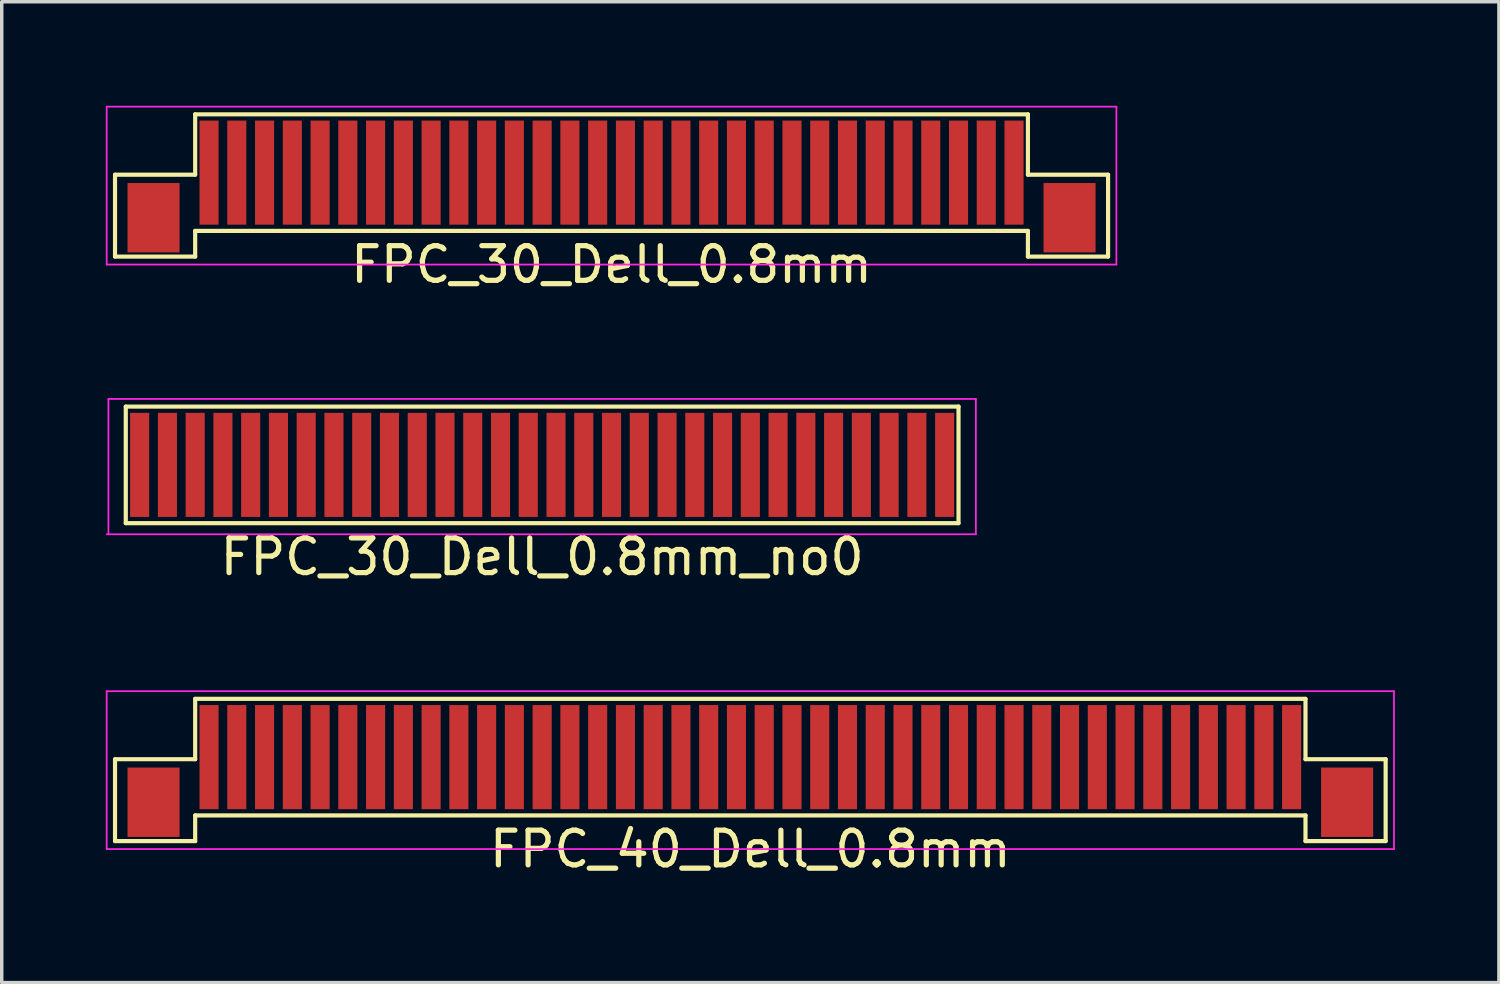
<source format=kicad_pcb>
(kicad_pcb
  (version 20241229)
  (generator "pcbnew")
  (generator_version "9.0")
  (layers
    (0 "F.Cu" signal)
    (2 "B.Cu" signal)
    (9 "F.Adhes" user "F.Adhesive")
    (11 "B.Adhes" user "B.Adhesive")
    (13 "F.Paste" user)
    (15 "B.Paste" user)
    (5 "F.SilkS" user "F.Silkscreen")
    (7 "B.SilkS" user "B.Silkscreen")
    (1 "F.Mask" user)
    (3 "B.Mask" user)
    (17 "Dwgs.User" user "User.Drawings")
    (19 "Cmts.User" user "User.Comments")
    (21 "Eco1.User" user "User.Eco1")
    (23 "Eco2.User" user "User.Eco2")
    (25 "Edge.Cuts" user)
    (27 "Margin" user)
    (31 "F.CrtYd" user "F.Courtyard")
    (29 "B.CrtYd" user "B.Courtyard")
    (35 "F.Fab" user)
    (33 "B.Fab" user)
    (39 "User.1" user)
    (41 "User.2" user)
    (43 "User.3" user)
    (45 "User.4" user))
  (footprint "FPC_30_Dell_0.8mm_no0"
    (layer "F.Cu")
    (at 12.575 10.348)
    (property "Reference" "FPC_30_Dell_0.8mm_no0" (at 0 2.65 0) (layer "F.SilkS") (effects (font (size 1 1) (thickness 0.15))))
    (attr smd)
    (fp_line (start -12 -1.68) (end 12 -1.68) (stroke (width 0.12) (type default)) (layer "F.SilkS"))
    (fp_line (start -12 1.68) (end -12 -1.68) (stroke (width 0.12) (type default)) (layer "F.SilkS"))
    (fp_line (start -12 1.68) (end 12 1.68) (stroke (width 0.12) (type default)) (layer "F.SilkS"))
    (fp_line (start 12 1.68) (end 12 -1.68) (stroke (width 0.12) (type default)) (layer "F.SilkS"))
    (fp_line (start -12.55 2) (end 12.5 2) (stroke (width 0.05) (type default)) (layer "F.CrtYd"))
    (fp_line (start -12.5 -1.9) (end -12.5 2) (stroke (width 0.05) (type default)) (layer "F.CrtYd"))
    (fp_line (start -12.5 -1.9) (end 12.5 -1.9) (stroke (width 0.05) (type default)) (layer "F.CrtYd"))
    (fp_line (start 12.5 -1.9) (end 12.5 2) (stroke (width 0.05) (type default)) (layer "F.CrtYd"))
    (pad "1" smd rect (at -11.6 0) (size 0.55 3) (layers "F.Cu" "F.Mask" "F.Paste"))
    (pad "2" smd rect (at -10.8 0) (size 0.55 3) (layers "F.Cu" "F.Mask" "F.Paste"))
    (pad "3" smd rect (at -10 0) (size 0.55 3) (layers "F.Cu" "F.Mask" "F.Paste"))
    (pad "4" smd rect (at -9.2 0) (size 0.55 3) (layers "F.Cu" "F.Mask" "F.Paste"))
    (pad "5" smd rect (at -8.4 0) (size 0.55 3) (layers "F.Cu" "F.Mask" "F.Paste"))
    (pad "6" smd rect (at -7.6 0) (size 0.55 3) (layers "F.Cu" "F.Mask" "F.Paste"))
    (pad "7" smd rect (at -6.8 0) (size 0.55 3) (layers "F.Cu" "F.Mask" "F.Paste"))
    (pad "8" smd rect (at -6 0) (size 0.55 3) (layers "F.Cu" "F.Mask" "F.Paste"))
    (pad "9" smd rect (at -5.2 0) (size 0.55 3) (layers "F.Cu" "F.Mask" "F.Paste"))
    (pad "10" smd rect (at -4.4 0) (size 0.55 3) (layers "F.Cu" "F.Mask" "F.Paste"))
    (pad "11" smd rect (at -3.6 0) (size 0.55 3) (layers "F.Cu" "F.Mask" "F.Paste"))
    (pad "12" smd rect (at -2.8 0) (size 0.55 3) (layers "F.Cu" "F.Mask" "F.Paste"))
    (pad "13" smd rect (at -2 0) (size 0.55 3) (layers "F.Cu" "F.Mask" "F.Paste"))
    (pad "14" smd rect (at -1.2 0) (size 0.55 3) (layers "F.Cu" "F.Mask" "F.Paste"))
    (pad "15" smd rect (at -0.4 0) (size 0.55 3) (layers "F.Cu" "F.Mask" "F.Paste"))
    (pad "16" smd rect (at 0.4 0) (size 0.55 3) (layers "F.Cu" "F.Mask" "F.Paste"))
    (pad "17" smd rect (at 1.2 0) (size 0.55 3) (layers "F.Cu" "F.Mask" "F.Paste"))
    (pad "18" smd rect (at 2 0) (size 0.55 3) (layers "F.Cu" "F.Mask" "F.Paste"))
    (pad "19" smd rect (at 2.8 0) (size 0.55 3) (layers "F.Cu" "F.Mask" "F.Paste"))
    (pad "20" smd rect (at 3.6 0) (size 0.55 3) (layers "F.Cu" "F.Mask" "F.Paste"))
    (pad "21" smd rect (at 4.4 0) (size 0.55 3) (layers "F.Cu" "F.Mask" "F.Paste"))
    (pad "22" smd rect (at 5.2 0) (size 0.55 3) (layers "F.Cu" "F.Mask" "F.Paste"))
    (pad "23" smd rect (at 6 0) (size 0.55 3) (layers "F.Cu" "F.Mask" "F.Paste"))
    (pad "24" smd rect (at 6.8 0) (size 0.55 3) (layers "F.Cu" "F.Mask" "F.Paste"))
    (pad "25" smd rect (at 7.6 0) (size 0.55 3) (layers "F.Cu" "F.Mask" "F.Paste"))
    (pad "26" smd rect (at 8.4 0) (size 0.55 3) (layers "F.Cu" "F.Mask" "F.Paste"))
    (pad "27" smd rect (at 9.2 0) (size 0.55 3) (layers "F.Cu" "F.Mask" "F.Paste"))
    (pad "28" smd rect (at 10 0) (size 0.55 3) (layers "F.Cu" "F.Mask" "F.Paste"))
    (pad "29" smd rect (at 10.8 0) (size 0.55 3) (layers "F.Cu" "F.Mask" "F.Paste"))
    (pad "30" smd rect (at 11.6 0) (size 0.55 3) (layers "F.Cu" "F.Mask" "F.Paste")))
  (footprint "FPC_30_Dell_0.8mm"
    (layer "F.Cu")
    (at 14.575 1.925)
    (property "Reference" "FPC_30_Dell_0.8mm" (at 0 2.65 0) (layer "F.SilkS") (effects (font (size 1 1) (thickness 0.15))))
    (attr smd)
    (fp_line (start -14.31 0.06) (end -12 0.06) (stroke (width 0.12) (type default)) (layer "F.SilkS"))
    (fp_line (start -14.31 2.42) (end -14.31 0.06) (stroke (width 0.12) (type default)) (layer "F.SilkS"))
    (fp_line (start -12 -1.68) (end 12 -1.68) (stroke (width 0.12) (type default)) (layer "F.SilkS"))
    (fp_line (start -12 0.06) (end -12 -1.68) (stroke (width 0.12) (type default)) (layer "F.SilkS"))
    (fp_line (start -12 1.68) (end -12 2.42) (stroke (width 0.12) (type default)) (layer "F.SilkS"))
    (fp_line (start -12 1.68) (end 12 1.68) (stroke (width 0.12) (type default)) (layer "F.SilkS"))
    (fp_line (start -12 2.42) (end -14.31 2.42) (stroke (width 0.12) (type default)) (layer "F.SilkS"))
    (fp_line (start 12 0.06) (end 12 -1.68) (stroke (width 0.12) (type default)) (layer "F.SilkS"))
    (fp_line (start 12 1.68) (end 12 2.42) (stroke (width 0.12) (type default)) (layer "F.SilkS"))
    (fp_line (start 12 2.42) (end 14.31 2.42) (stroke (width 0.12) (type default)) (layer "F.SilkS"))
    (fp_line (start 14.31 0.06) (end 12 0.06) (stroke (width 0.12) (type default)) (layer "F.SilkS"))
    (fp_line (start 14.31 2.42) (end 14.31 0.06) (stroke (width 0.12) (type default)) (layer "F.SilkS"))
    (fp_line (start -14.55 -1.9) (end -14.55 2.65) (stroke (width 0.05) (type default)) (layer "F.CrtYd"))
    (fp_line (start -14.55 -1.9) (end 14.55 -1.9) (stroke (width 0.05) (type default)) (layer "F.CrtYd"))
    (fp_line (start -14.55 2.65) (end 14.55 2.65) (stroke (width 0.05) (type default)) (layer "F.CrtYd"))
    (fp_line (start 14.55 -1.9) (end 14.55 2.65) (stroke (width 0.05) (type default)) (layer "F.CrtYd"))
    (pad "0" smd rect (at -13.2 1.3) (size 1.5 2) (layers "F.Cu" "F.Mask" "F.Paste"))
    (pad "0" smd rect (at 13.2 1.3) (size 1.5 2) (layers "F.Cu" "F.Mask" "F.Paste"))
    (pad "1" smd rect (at -11.6 0) (size 0.55 3) (layers "F.Cu" "F.Mask" "F.Paste"))
    (pad "2" smd rect (at -10.8 0) (size 0.55 3) (layers "F.Cu" "F.Mask" "F.Paste"))
    (pad "3" smd rect (at -10 0) (size 0.55 3) (layers "F.Cu" "F.Mask" "F.Paste"))
    (pad "4" smd rect (at -9.2 0) (size 0.55 3) (layers "F.Cu" "F.Mask" "F.Paste"))
    (pad "5" smd rect (at -8.4 0) (size 0.55 3) (layers "F.Cu" "F.Mask" "F.Paste"))
    (pad "6" smd rect (at -7.6 0) (size 0.55 3) (layers "F.Cu" "F.Mask" "F.Paste"))
    (pad "7" smd rect (at -6.8 0) (size 0.55 3) (layers "F.Cu" "F.Mask" "F.Paste"))
    (pad "8" smd rect (at -6 0) (size 0.55 3) (layers "F.Cu" "F.Mask" "F.Paste"))
    (pad "9" smd rect (at -5.2 0) (size 0.55 3) (layers "F.Cu" "F.Mask" "F.Paste"))
    (pad "10" smd rect (at -4.4 0) (size 0.55 3) (layers "F.Cu" "F.Mask" "F.Paste"))
    (pad "11" smd rect (at -3.6 0) (size 0.55 3) (layers "F.Cu" "F.Mask" "F.Paste"))
    (pad "12" smd rect (at -2.8 0) (size 0.55 3) (layers "F.Cu" "F.Mask" "F.Paste"))
    (pad "13" smd rect (at -2 0) (size 0.55 3) (layers "F.Cu" "F.Mask" "F.Paste"))
    (pad "14" smd rect (at -1.2 0) (size 0.55 3) (layers "F.Cu" "F.Mask" "F.Paste"))
    (pad "15" smd rect (at -0.4 0) (size 0.55 3) (layers "F.Cu" "F.Mask" "F.Paste"))
    (pad "16" smd rect (at 0.4 0) (size 0.55 3) (layers "F.Cu" "F.Mask" "F.Paste"))
    (pad "17" smd rect (at 1.2 0) (size 0.55 3) (layers "F.Cu" "F.Mask" "F.Paste"))
    (pad "18" smd rect (at 2 0) (size 0.55 3) (layers "F.Cu" "F.Mask" "F.Paste"))
    (pad "19" smd rect (at 2.8 0) (size 0.55 3) (layers "F.Cu" "F.Mask" "F.Paste"))
    (pad "20" smd rect (at 3.6 0) (size 0.55 3) (layers "F.Cu" "F.Mask" "F.Paste"))
    (pad "21" smd rect (at 4.4 0) (size 0.55 3) (layers "F.Cu" "F.Mask" "F.Paste"))
    (pad "22" smd rect (at 5.2 0) (size 0.55 3) (layers "F.Cu" "F.Mask" "F.Paste"))
    (pad "23" smd rect (at 6 0) (size 0.55 3) (layers "F.Cu" "F.Mask" "F.Paste"))
    (pad "24" smd rect (at 6.8 0) (size 0.55 3) (layers "F.Cu" "F.Mask" "F.Paste"))
    (pad "25" smd rect (at 7.6 0) (size 0.55 3) (layers "F.Cu" "F.Mask" "F.Paste"))
    (pad "26" smd rect (at 8.4 0) (size 0.55 3) (layers "F.Cu" "F.Mask" "F.Paste"))
    (pad "27" smd rect (at 9.2 0) (size 0.55 3) (layers "F.Cu" "F.Mask" "F.Paste"))
    (pad "28" smd rect (at 10 0) (size 0.55 3) (layers "F.Cu" "F.Mask" "F.Paste"))
    (pad "29" smd rect (at 10.8 0) (size 0.55 3) (layers "F.Cu" "F.Mask" "F.Paste"))
    (pad "30" smd rect (at 11.6 0) (size 0.55 3) (layers "F.Cu" "F.Mask" "F.Paste")))
  (footprint "FPC_40_Dell_0.8mm"
    (layer "F.Cu")
    (at 18.575 18.771)
    (property "Reference" "FPC_40_Dell_0.8mm" (at 0 2.65 0) (layer "F.SilkS") (effects (font (size 1 1) (thickness 0.15))))
    (attr smd)
    (fp_line (start -18.31 0.06) (end -16 0.06) (stroke (width 0.12) (type default)) (layer "F.SilkS"))
    (fp_line (start -18.31 2.42) (end -18.31 0.06) (stroke (width 0.12) (type default)) (layer "F.SilkS"))
    (fp_line (start -16 -1.68) (end 16 -1.68) (stroke (width 0.12) (type default)) (layer "F.SilkS"))
    (fp_line (start -16 0.06) (end -16 -1.68) (stroke (width 0.12) (type default)) (layer "F.SilkS"))
    (fp_line (start -16 1.68) (end -16 2.42) (stroke (width 0.12) (type default)) (layer "F.SilkS"))
    (fp_line (start -16 1.68) (end 16 1.68) (stroke (width 0.12) (type default)) (layer "F.SilkS"))
    (fp_line (start -16 2.42) (end -18.31 2.42) (stroke (width 0.12) (type default)) (layer "F.SilkS"))
    (fp_line (start 16 0.06) (end 16 -1.68) (stroke (width 0.12) (type default)) (layer "F.SilkS"))
    (fp_line (start 16 1.68) (end 16 2.42) (stroke (width 0.12) (type default)) (layer "F.SilkS"))
    (fp_line (start 16 2.42) (end 18.31 2.42) (stroke (width 0.12) (type default)) (layer "F.SilkS"))
    (fp_line (start 18.31 0.06) (end 16 0.06) (stroke (width 0.12) (type default)) (layer "F.SilkS"))
    (fp_line (start 18.31 2.42) (end 18.31 0.06) (stroke (width 0.12) (type default)) (layer "F.SilkS"))
    (fp_line (start -18.55 -1.9) (end -18.55 2.65) (stroke (width 0.05) (type default)) (layer "F.CrtYd"))
    (fp_line (start -18.55 -1.9) (end 18.55 -1.9) (stroke (width 0.05) (type default)) (layer "F.CrtYd"))
    (fp_line (start -18.55 2.65) (end 18.55 2.65) (stroke (width 0.05) (type default)) (layer "F.CrtYd"))
    (fp_line (start 18.55 -1.9) (end 18.55 2.65) (stroke (width 0.05) (type default)) (layer "F.CrtYd"))
    (pad "0" smd rect (at -17.2 1.3) (size 1.5 2) (layers "F.Cu" "F.Mask" "F.Paste"))
    (pad "0" smd rect (at 17.2 1.3) (size 1.5 2) (layers "F.Cu" "F.Mask" "F.Paste"))
    (pad "1" smd rect (at -15.6 0) (size 0.55 3) (layers "F.Cu" "F.Mask" "F.Paste"))
    (pad "2" smd rect (at -14.8 0) (size 0.55 3) (layers "F.Cu" "F.Mask" "F.Paste"))
    (pad "3" smd rect (at -14 0) (size 0.55 3) (layers "F.Cu" "F.Mask" "F.Paste"))
    (pad "4" smd rect (at -13.2 0) (size 0.55 3) (layers "F.Cu" "F.Mask" "F.Paste"))
    (pad "5" smd rect (at -12.4 0) (size 0.55 3) (layers "F.Cu" "F.Mask" "F.Paste"))
    (pad "6" smd rect (at -11.6 0) (size 0.55 3) (layers "F.Cu" "F.Mask" "F.Paste"))
    (pad "7" smd rect (at -10.8 0) (size 0.55 3) (layers "F.Cu" "F.Mask" "F.Paste"))
    (pad "8" smd rect (at -10 0) (size 0.55 3) (layers "F.Cu" "F.Mask" "F.Paste"))
    (pad "9" smd rect (at -9.2 0) (size 0.55 3) (layers "F.Cu" "F.Mask" "F.Paste"))
    (pad "10" smd rect (at -8.4 0) (size 0.55 3) (layers "F.Cu" "F.Mask" "F.Paste"))
    (pad "11" smd rect (at -7.6 0) (size 0.55 3) (layers "F.Cu" "F.Mask" "F.Paste"))
    (pad "12" smd rect (at -6.8 0) (size 0.55 3) (layers "F.Cu" "F.Mask" "F.Paste"))
    (pad "13" smd rect (at -6 0) (size 0.55 3) (layers "F.Cu" "F.Mask" "F.Paste"))
    (pad "14" smd rect (at -5.2 0) (size 0.55 3) (layers "F.Cu" "F.Mask" "F.Paste"))
    (pad "15" smd rect (at -4.4 0) (size 0.55 3) (layers "F.Cu" "F.Mask" "F.Paste"))
    (pad "16" smd rect (at -3.6 0) (size 0.55 3) (layers "F.Cu" "F.Mask" "F.Paste"))
    (pad "17" smd rect (at -2.8 0) (size 0.55 3) (layers "F.Cu" "F.Mask" "F.Paste"))
    (pad "18" smd rect (at -2 0) (size 0.55 3) (layers "F.Cu" "F.Mask" "F.Paste"))
    (pad "19" smd rect (at -1.2 0) (size 0.55 3) (layers "F.Cu" "F.Mask" "F.Paste"))
    (pad "20" smd rect (at -0.4 0) (size 0.55 3) (layers "F.Cu" "F.Mask" "F.Paste"))
    (pad "21" smd rect (at 0.4 0) (size 0.55 3) (layers "F.Cu" "F.Mask" "F.Paste"))
    (pad "22" smd rect (at 1.2 0) (size 0.55 3) (layers "F.Cu" "F.Mask" "F.Paste"))
    (pad "23" smd rect (at 2 0) (size 0.55 3) (layers "F.Cu" "F.Mask" "F.Paste"))
    (pad "24" smd rect (at 2.8 0) (size 0.55 3) (layers "F.Cu" "F.Mask" "F.Paste"))
    (pad "25" smd rect (at 3.6 0) (size 0.55 3) (layers "F.Cu" "F.Mask" "F.Paste"))
    (pad "26" smd rect (at 4.4 0) (size 0.55 3) (layers "F.Cu" "F.Mask" "F.Paste"))
    (pad "27" smd rect (at 5.2 0) (size 0.55 3) (layers "F.Cu" "F.Mask" "F.Paste"))
    (pad "28" smd rect (at 6 0) (size 0.55 3) (layers "F.Cu" "F.Mask" "F.Paste"))
    (pad "29" smd rect (at 6.8 0) (size 0.55 3) (layers "F.Cu" "F.Mask" "F.Paste"))
    (pad "30" smd rect (at 7.6 0) (size 0.55 3) (layers "F.Cu" "F.Mask" "F.Paste"))
    (pad "31" smd rect (at 8.4 0) (size 0.55 3) (layers "F.Cu" "F.Mask" "F.Paste"))
    (pad "32" smd rect (at 9.2 0) (size 0.55 3) (layers "F.Cu" "F.Mask" "F.Paste"))
    (pad "33" smd rect (at 10 0) (size 0.55 3) (layers "F.Cu" "F.Mask" "F.Paste"))
    (pad "34" smd rect (at 10.8 0) (size 0.55 3) (layers "F.Cu" "F.Mask" "F.Paste"))
    (pad "35" smd rect (at 11.6 0) (size 0.55 3) (layers "F.Cu" "F.Mask" "F.Paste"))
    (pad "36" smd rect (at 12.4 0) (size 0.55 3) (layers "F.Cu" "F.Mask" "F.Paste"))
    (pad "37" smd rect (at 13.2 0) (size 0.55 3) (layers "F.Cu" "F.Mask" "F.Paste"))
    (pad "38" smd rect (at 14 0) (size 0.55 3) (layers "F.Cu" "F.Mask" "F.Paste"))
    (pad "39" smd rect (at 14.8 0) (size 0.55 3) (layers "F.Cu" "F.Mask" "F.Paste"))
    (pad "40" smd rect (at 15.6 0) (size 0.55 3) (layers "F.Cu" "F.Mask" "F.Paste")))
  (gr_rect
    (start -3 -3)
    (end 40.15 25.27)
    (stroke (width 0.1) (type default))
    (fill no)
    (layer "Edge.Cuts")))
</source>
